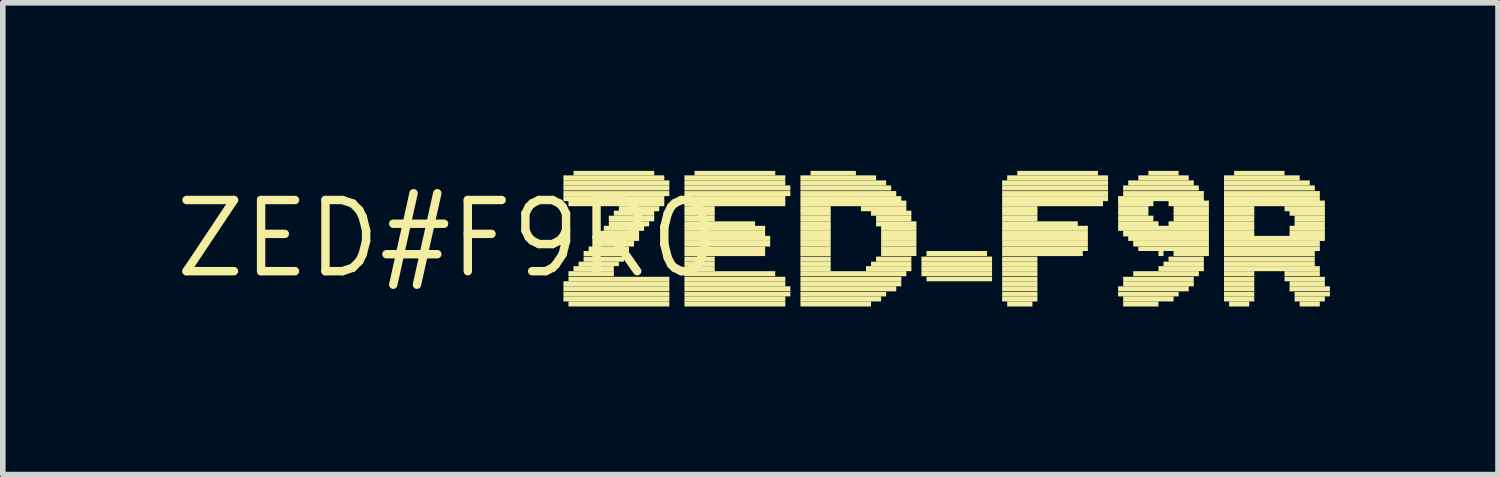
<source format=kicad_pcb>
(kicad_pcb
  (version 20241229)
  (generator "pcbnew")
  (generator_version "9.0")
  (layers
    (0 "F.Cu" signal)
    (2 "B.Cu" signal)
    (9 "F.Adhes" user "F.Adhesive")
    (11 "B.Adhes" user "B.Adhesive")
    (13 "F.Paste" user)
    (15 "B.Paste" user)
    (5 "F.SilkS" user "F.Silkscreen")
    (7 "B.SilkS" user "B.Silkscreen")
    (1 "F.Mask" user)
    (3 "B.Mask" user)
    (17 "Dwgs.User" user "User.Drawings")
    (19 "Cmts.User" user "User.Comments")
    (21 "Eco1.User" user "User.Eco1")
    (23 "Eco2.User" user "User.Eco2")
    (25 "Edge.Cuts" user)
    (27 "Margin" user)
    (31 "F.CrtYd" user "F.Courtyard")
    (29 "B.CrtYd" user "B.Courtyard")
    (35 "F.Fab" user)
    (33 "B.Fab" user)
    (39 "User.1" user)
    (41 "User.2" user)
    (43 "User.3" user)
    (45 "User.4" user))
  (footprint "ZED#F9R0"
    (layer "F.Cu")
    (at 4.936 1.21)
    (property "Reference" "ZED#F9R0" (at 0 0 0) (layer "F.SilkS") (effects (font (size 1.27 1.27) (thickness 0.15))))
    (attr through_hole)
    (fp_poly (pts (xy 2.07 -1.04) (xy 3.87 -1.04) (xy 3.87 -1.13) (xy 2.07 -1.13)) (stroke (width 0) (type solid)) (fill yes) (layer "F.SilkS"))
    (fp_poly (pts (xy 2.07 -0.95) (xy 3.96 -0.95) (xy 3.96 -1.04) (xy 2.07 -1.04)) (stroke (width 0) (type solid)) (fill yes) (layer "F.SilkS"))
    (fp_poly (pts (xy 2.07 -0.86) (xy 3.96 -0.86) (xy 3.96 -0.95) (xy 2.07 -0.95)) (stroke (width 0) (type solid)) (fill yes) (layer "F.SilkS"))
    (fp_poly (pts (xy 2.07 -0.76) (xy 3.96 -0.76) (xy 3.96 -0.85) (xy 2.07 -0.85)) (stroke (width 0) (type solid)) (fill yes) (layer "F.SilkS"))
    (fp_poly (pts (xy 2.07 -0.67) (xy 3.87 -0.67) (xy 3.87 -0.76) (xy 2.07 -0.76)) (stroke (width 0) (type solid)) (fill yes) (layer "F.SilkS"))
    (fp_poly (pts (xy 2.07 0.85) (xy 3.96 0.85) (xy 3.96 0.76) (xy 2.07 0.76)) (stroke (width 0) (type solid)) (fill yes) (layer "F.SilkS"))
    (fp_poly (pts (xy 2.07 0.94) (xy 3.96 0.94) (xy 3.96 0.85) (xy 2.07 0.85)) (stroke (width 0) (type solid)) (fill yes) (layer "F.SilkS"))
    (fp_poly (pts (xy 2.07 1.03) (xy 3.96 1.03) (xy 3.96 0.95) (xy 2.07 0.95)) (stroke (width 0) (type solid)) (fill yes) (layer "F.SilkS"))
    (fp_poly (pts (xy 2.07 1.12) (xy 3.96 1.12) (xy 3.96 1.03) (xy 2.07 1.03)) (stroke (width 0) (type solid)) (fill yes) (layer "F.SilkS"))
    (fp_poly (pts (xy 2.16 -0.58) (xy 3.87 -0.58) (xy 3.87 -0.68) (xy 2.16 -0.68)) (stroke (width 0) (type solid)) (fill yes) (layer "F.SilkS"))
    (fp_poly (pts (xy 2.16 0.67) (xy 2.97 0.67) (xy 2.97 0.58) (xy 2.16 0.58)) (stroke (width 0) (type solid)) (fill yes) (layer "F.SilkS"))
    (fp_poly (pts (xy 2.16 0.76) (xy 3.96 0.76) (xy 3.96 0.68) (xy 2.16 0.68)) (stroke (width 0) (type solid)) (fill yes) (layer "F.SilkS"))
    (fp_poly (pts (xy 2.16 1.21) (xy 3.96 1.21) (xy 3.96 1.12) (xy 2.16 1.12)) (stroke (width 0) (type solid)) (fill yes) (layer "F.SilkS"))
    (fp_poly (pts (xy 2.25 -1.13) (xy 3.69 -1.13) (xy 3.69 -1.21) (xy 2.25 -1.21)) (stroke (width 0) (type solid)) (fill yes) (layer "F.SilkS"))
    (fp_poly (pts (xy 2.25 0.58) (xy 2.97 0.58) (xy 2.97 0.49) (xy 2.25 0.49)) (stroke (width 0) (type solid)) (fill yes) (layer "F.SilkS"))
    (fp_poly (pts (xy 2.34 0.49) (xy 3.06 0.49) (xy 3.06 0.41) (xy 2.34 0.41)) (stroke (width 0) (type solid)) (fill yes) (layer "F.SilkS"))
    (fp_poly (pts (xy 2.43 0.31) (xy 3.24 0.31) (xy 3.24 0.22) (xy 2.43 0.22)) (stroke (width 0) (type solid)) (fill yes) (layer "F.SilkS"))
    (fp_poly (pts (xy 2.43 0.41) (xy 3.15 0.41) (xy 3.15 0.32) (xy 2.43 0.32)) (stroke (width 0) (type solid)) (fill yes) (layer "F.SilkS"))
    (fp_poly (pts (xy 2.52 0.22) (xy 3.24 0.22) (xy 3.24 0.14) (xy 2.52 0.14)) (stroke (width 0) (type solid)) (fill yes) (layer "F.SilkS"))
    (fp_poly (pts (xy 2.61 0.04) (xy 3.42 0.04) (xy 3.42 -0.05) (xy 2.61 -0.05)) (stroke (width 0) (type solid)) (fill yes) (layer "F.SilkS"))
    (fp_poly (pts (xy 2.61 0.14) (xy 3.33 0.14) (xy 3.33 0.04) (xy 2.61 0.04)) (stroke (width 0) (type solid)) (fill yes) (layer "F.SilkS"))
    (fp_poly (pts (xy 2.7 -0.04) (xy 3.42 -0.04) (xy 3.42 -0.14) (xy 2.7 -0.14)) (stroke (width 0) (type solid)) (fill yes) (layer "F.SilkS"))
    (fp_poly (pts (xy 2.79 -0.14) (xy 3.51 -0.14) (xy 3.51 -0.23) (xy 2.79 -0.23)) (stroke (width 0) (type solid)) (fill yes) (layer "F.SilkS"))
    (fp_poly (pts (xy 2.88 -0.31) (xy 3.69 -0.31) (xy 3.69 -0.41) (xy 2.88 -0.41)) (stroke (width 0) (type solid)) (fill yes) (layer "F.SilkS"))
    (fp_poly (pts (xy 2.88 -0.22) (xy 3.6 -0.22) (xy 3.6 -0.31) (xy 2.88 -0.31)) (stroke (width 0) (type solid)) (fill yes) (layer "F.SilkS"))
    (fp_poly (pts (xy 2.97 -0.41) (xy 3.69 -0.41) (xy 3.69 -0.5) (xy 2.97 -0.5)) (stroke (width 0) (type solid)) (fill yes) (layer "F.SilkS"))
    (fp_poly (pts (xy 3.06 -0.49) (xy 3.78 -0.49) (xy 3.78 -0.58) (xy 3.06 -0.58)) (stroke (width 0) (type solid)) (fill yes) (layer "F.SilkS"))
    (fp_poly (pts (xy 4.23 -1.04) (xy 6.03 -1.04) (xy 6.03 -1.13) (xy 4.23 -1.13)) (stroke (width 0) (type solid)) (fill yes) (layer "F.SilkS"))
    (fp_poly (pts (xy 4.23 -0.95) (xy 6.03 -0.95) (xy 6.03 -1.04) (xy 4.23 -1.04)) (stroke (width 0) (type solid)) (fill yes) (layer "F.SilkS"))
    (fp_poly (pts (xy 4.23 -0.86) (xy 6.12 -0.86) (xy 6.12 -0.95) (xy 4.23 -0.95)) (stroke (width 0) (type solid)) (fill yes) (layer "F.SilkS"))
    (fp_poly (pts (xy 4.23 -0.76) (xy 6.12 -0.76) (xy 6.12 -0.85) (xy 4.23 -0.85)) (stroke (width 0) (type solid)) (fill yes) (layer "F.SilkS"))
    (fp_poly (pts (xy 4.23 -0.67) (xy 6.03 -0.67) (xy 6.03 -0.76) (xy 4.23 -0.76)) (stroke (width 0) (type solid)) (fill yes) (layer "F.SilkS"))
    (fp_poly (pts (xy 4.23 -0.58) (xy 6.03 -0.58) (xy 6.03 -0.68) (xy 4.23 -0.68)) (stroke (width 0) (type solid)) (fill yes) (layer "F.SilkS"))
    (fp_poly (pts (xy 4.23 -0.49) (xy 4.77 -0.49) (xy 4.77 -0.58) (xy 4.23 -0.58)) (stroke (width 0) (type solid)) (fill yes) (layer "F.SilkS"))
    (fp_poly (pts (xy 4.23 -0.41) (xy 4.77 -0.41) (xy 4.77 -0.5) (xy 4.23 -0.5)) (stroke (width 0) (type solid)) (fill yes) (layer "F.SilkS"))
    (fp_poly (pts (xy 4.23 -0.31) (xy 4.77 -0.31) (xy 4.77 -0.41) (xy 4.23 -0.41)) (stroke (width 0) (type solid)) (fill yes) (layer "F.SilkS"))
    (fp_poly (pts (xy 4.23 -0.22) (xy 5.49 -0.22) (xy 5.49 -0.31) (xy 4.23 -0.31)) (stroke (width 0) (type solid)) (fill yes) (layer "F.SilkS"))
    (fp_poly (pts (xy 4.23 -0.14) (xy 5.67 -0.14) (xy 5.67 -0.23) (xy 4.23 -0.23)) (stroke (width 0) (type solid)) (fill yes) (layer "F.SilkS"))
    (fp_poly (pts (xy 4.23 -0.04) (xy 5.67 -0.04) (xy 5.67 -0.14) (xy 4.23 -0.14)) (stroke (width 0) (type solid)) (fill yes) (layer "F.SilkS"))
    (fp_poly (pts (xy 4.23 0.04) (xy 5.76 0.04) (xy 5.76 -0.05) (xy 4.23 -0.05)) (stroke (width 0) (type solid)) (fill yes) (layer "F.SilkS"))
    (fp_poly (pts (xy 4.23 0.14) (xy 5.76 0.14) (xy 5.76 0.04) (xy 4.23 0.04)) (stroke (width 0) (type solid)) (fill yes) (layer "F.SilkS"))
    (fp_poly (pts (xy 4.23 0.22) (xy 5.67 0.22) (xy 5.67 0.14) (xy 4.23 0.14)) (stroke (width 0) (type solid)) (fill yes) (layer "F.SilkS"))
    (fp_poly (pts (xy 4.23 0.31) (xy 5.67 0.31) (xy 5.67 0.22) (xy 4.23 0.22)) (stroke (width 0) (type solid)) (fill yes) (layer "F.SilkS"))
    (fp_poly (pts (xy 4.23 0.41) (xy 4.77 0.41) (xy 4.77 0.32) (xy 4.23 0.32)) (stroke (width 0) (type solid)) (fill yes) (layer "F.SilkS"))
    (fp_poly (pts (xy 4.23 0.49) (xy 4.77 0.49) (xy 4.77 0.41) (xy 4.23 0.41)) (stroke (width 0) (type solid)) (fill yes) (layer "F.SilkS"))
    (fp_poly (pts (xy 4.23 0.58) (xy 4.77 0.58) (xy 4.77 0.49) (xy 4.23 0.49)) (stroke (width 0) (type solid)) (fill yes) (layer "F.SilkS"))
    (fp_poly (pts (xy 4.23 0.67) (xy 5.85 0.67) (xy 5.85 0.58) (xy 4.23 0.58)) (stroke (width 0) (type solid)) (fill yes) (layer "F.SilkS"))
    (fp_poly (pts (xy 4.23 0.76) (xy 6.03 0.76) (xy 6.03 0.68) (xy 4.23 0.68)) (stroke (width 0) (type solid)) (fill yes) (layer "F.SilkS"))
    (fp_poly (pts (xy 4.23 0.85) (xy 6.03 0.85) (xy 6.03 0.76) (xy 4.23 0.76)) (stroke (width 0) (type solid)) (fill yes) (layer "F.SilkS"))
    (fp_poly (pts (xy 4.23 0.94) (xy 6.12 0.94) (xy 6.12 0.85) (xy 4.23 0.85)) (stroke (width 0) (type solid)) (fill yes) (layer "F.SilkS"))
    (fp_poly (pts (xy 4.23 1.03) (xy 6.12 1.03) (xy 6.12 0.95) (xy 4.23 0.95)) (stroke (width 0) (type solid)) (fill yes) (layer "F.SilkS"))
    (fp_poly (pts (xy 4.23 1.12) (xy 6.03 1.12) (xy 6.03 1.03) (xy 4.23 1.03)) (stroke (width 0) (type solid)) (fill yes) (layer "F.SilkS"))
    (fp_poly (pts (xy 4.23 1.21) (xy 6.03 1.21) (xy 6.03 1.12) (xy 4.23 1.12)) (stroke (width 0) (type solid)) (fill yes) (layer "F.SilkS"))
    (fp_poly (pts (xy 4.41 -1.13) (xy 5.85 -1.13) (xy 5.85 -1.21) (xy 4.41 -1.21)) (stroke (width 0) (type solid)) (fill yes) (layer "F.SilkS"))
    (fp_poly (pts (xy 6.3 -1.04) (xy 7.65 -1.04) (xy 7.65 -1.13) (xy 6.3 -1.13)) (stroke (width 0) (type solid)) (fill yes) (layer "F.SilkS"))
    (fp_poly (pts (xy 6.3 -0.95) (xy 7.83 -0.95) (xy 7.83 -1.04) (xy 6.3 -1.04)) (stroke (width 0) (type solid)) (fill yes) (layer "F.SilkS"))
    (fp_poly (pts (xy 6.3 -0.86) (xy 7.92 -0.86) (xy 7.92 -0.95) (xy 6.3 -0.95)) (stroke (width 0) (type solid)) (fill yes) (layer "F.SilkS"))
    (fp_poly (pts (xy 6.3 -0.76) (xy 8.01 -0.76) (xy 8.01 -0.85) (xy 6.3 -0.85)) (stroke (width 0) (type solid)) (fill yes) (layer "F.SilkS"))
    (fp_poly (pts (xy 6.3 -0.67) (xy 8.1 -0.67) (xy 8.1 -0.76) (xy 6.3 -0.76)) (stroke (width 0) (type solid)) (fill yes) (layer "F.SilkS"))
    (fp_poly (pts (xy 6.3 -0.58) (xy 8.19 -0.58) (xy 8.19 -0.68) (xy 6.3 -0.68)) (stroke (width 0) (type solid)) (fill yes) (layer "F.SilkS"))
    (fp_poly (pts (xy 6.3 -0.49) (xy 6.84 -0.49) (xy 6.84 -0.58) (xy 6.3 -0.58)) (stroke (width 0) (type solid)) (fill yes) (layer "F.SilkS"))
    (fp_poly (pts (xy 6.3 -0.41) (xy 6.84 -0.41) (xy 6.84 -0.5) (xy 6.3 -0.5)) (stroke (width 0) (type solid)) (fill yes) (layer "F.SilkS"))
    (fp_poly (pts (xy 6.3 -0.31) (xy 6.84 -0.31) (xy 6.84 -0.41) (xy 6.3 -0.41)) (stroke (width 0) (type solid)) (fill yes) (layer "F.SilkS"))
    (fp_poly (pts (xy 6.3 -0.22) (xy 6.84 -0.22) (xy 6.84 -0.31) (xy 6.3 -0.31)) (stroke (width 0) (type solid)) (fill yes) (layer "F.SilkS"))
    (fp_poly (pts (xy 6.3 -0.14) (xy 6.84 -0.14) (xy 6.84 -0.23) (xy 6.3 -0.23)) (stroke (width 0) (type solid)) (fill yes) (layer "F.SilkS"))
    (fp_poly (pts (xy 6.3 -0.04) (xy 6.84 -0.04) (xy 6.84 -0.14) (xy 6.3 -0.14)) (stroke (width 0) (type solid)) (fill yes) (layer "F.SilkS"))
    (fp_poly (pts (xy 6.3 0.04) (xy 6.84 0.04) (xy 6.84 -0.05) (xy 6.3 -0.05)) (stroke (width 0) (type solid)) (fill yes) (layer "F.SilkS"))
    (fp_poly (pts (xy 6.3 0.14) (xy 6.84 0.14) (xy 6.84 0.04) (xy 6.3 0.04)) (stroke (width 0) (type solid)) (fill yes) (layer "F.SilkS"))
    (fp_poly (pts (xy 6.3 0.22) (xy 6.84 0.22) (xy 6.84 0.14) (xy 6.3 0.14)) (stroke (width 0) (type solid)) (fill yes) (layer "F.SilkS"))
    (fp_poly (pts (xy 6.3 0.31) (xy 6.84 0.31) (xy 6.84 0.22) (xy 6.3 0.22)) (stroke (width 0) (type solid)) (fill yes) (layer "F.SilkS"))
    (fp_poly (pts (xy 6.3 0.41) (xy 6.84 0.41) (xy 6.84 0.32) (xy 6.3 0.32)) (stroke (width 0) (type solid)) (fill yes) (layer "F.SilkS"))
    (fp_poly (pts (xy 6.3 0.49) (xy 6.84 0.49) (xy 6.84 0.41) (xy 6.3 0.41)) (stroke (width 0) (type solid)) (fill yes) (layer "F.SilkS"))
    (fp_poly (pts (xy 6.3 0.58) (xy 6.84 0.58) (xy 6.84 0.49) (xy 6.3 0.49)) (stroke (width 0) (type solid)) (fill yes) (layer "F.SilkS"))
    (fp_poly (pts (xy 6.3 0.67) (xy 8.19 0.67) (xy 8.19 0.58) (xy 6.3 0.58)) (stroke (width 0) (type solid)) (fill yes) (layer "F.SilkS"))
    (fp_poly (pts (xy 6.3 0.76) (xy 8.1 0.76) (xy 8.1 0.68) (xy 6.3 0.68)) (stroke (width 0) (type solid)) (fill yes) (layer "F.SilkS"))
    (fp_poly (pts (xy 6.3 0.85) (xy 8.1 0.85) (xy 8.1 0.76) (xy 6.3 0.76)) (stroke (width 0) (type solid)) (fill yes) (layer "F.SilkS"))
    (fp_poly (pts (xy 6.3 0.94) (xy 8.01 0.94) (xy 8.01 0.85) (xy 6.3 0.85)) (stroke (width 0) (type solid)) (fill yes) (layer "F.SilkS"))
    (fp_poly (pts (xy 6.3 1.03) (xy 7.83 1.03) (xy 7.83 0.95) (xy 6.3 0.95)) (stroke (width 0) (type solid)) (fill yes) (layer "F.SilkS"))
    (fp_poly (pts (xy 6.3 1.12) (xy 7.74 1.12) (xy 7.74 1.03) (xy 6.3 1.03)) (stroke (width 0) (type solid)) (fill yes) (layer "F.SilkS"))
    (fp_poly (pts (xy 6.3 1.21) (xy 7.56 1.21) (xy 7.56 1.12) (xy 6.3 1.12)) (stroke (width 0) (type solid)) (fill yes) (layer "F.SilkS"))
    (fp_poly (pts (xy 6.48 -1.13) (xy 7.29 -1.13) (xy 7.29 -1.21) (xy 6.48 -1.21)) (stroke (width 0) (type solid)) (fill yes) (layer "F.SilkS"))
    (fp_poly (pts (xy 7.38 -0.49) (xy 8.19 -0.49) (xy 8.19 -0.58) (xy 7.38 -0.58)) (stroke (width 0) (type solid)) (fill yes) (layer "F.SilkS"))
    (fp_poly (pts (xy 7.47 0.58) (xy 8.28 0.58) (xy 8.28 0.49) (xy 7.47 0.49)) (stroke (width 0) (type solid)) (fill yes) (layer "F.SilkS"))
    (fp_poly (pts (xy 7.56 -0.41) (xy 8.28 -0.41) (xy 8.28 -0.5) (xy 7.56 -0.5)) (stroke (width 0) (type solid)) (fill yes) (layer "F.SilkS"))
    (fp_poly (pts (xy 7.56 0.49) (xy 8.28 0.49) (xy 8.28 0.41) (xy 7.56 0.41)) (stroke (width 0) (type solid)) (fill yes) (layer "F.SilkS"))
    (fp_poly (pts (xy 7.65 -0.31) (xy 8.28 -0.31) (xy 8.28 -0.41) (xy 7.65 -0.41)) (stroke (width 0) (type solid)) (fill yes) (layer "F.SilkS"))
    (fp_poly (pts (xy 7.65 -0.22) (xy 8.37 -0.22) (xy 8.37 -0.31) (xy 7.65 -0.31)) (stroke (width 0) (type solid)) (fill yes) (layer "F.SilkS"))
    (fp_poly (pts (xy 7.65 0.41) (xy 8.28 0.41) (xy 8.28 0.32) (xy 7.65 0.32)) (stroke (width 0) (type solid)) (fill yes) (layer "F.SilkS"))
    (fp_poly (pts (xy 7.74 -0.14) (xy 8.37 -0.14) (xy 8.37 -0.23) (xy 7.74 -0.23)) (stroke (width 0) (type solid)) (fill yes) (layer "F.SilkS"))
    (fp_poly (pts (xy 7.74 -0.04) (xy 8.37 -0.04) (xy 8.37 -0.14) (xy 7.74 -0.14)) (stroke (width 0) (type solid)) (fill yes) (layer "F.SilkS"))
    (fp_poly (pts (xy 7.74 0.04) (xy 8.37 0.04) (xy 8.37 -0.05) (xy 7.74 -0.05)) (stroke (width 0) (type solid)) (fill yes) (layer "F.SilkS"))
    (fp_poly (pts (xy 7.74 0.14) (xy 8.37 0.14) (xy 8.37 0.04) (xy 7.74 0.04)) (stroke (width 0) (type solid)) (fill yes) (layer "F.SilkS"))
    (fp_poly (pts (xy 7.74 0.22) (xy 8.37 0.22) (xy 8.37 0.14) (xy 7.74 0.14)) (stroke (width 0) (type solid)) (fill yes) (layer "F.SilkS"))
    (fp_poly (pts (xy 7.74 0.31) (xy 8.37 0.31) (xy 8.37 0.22) (xy 7.74 0.22)) (stroke (width 0) (type solid)) (fill yes) (layer "F.SilkS"))
    (fp_poly (pts (xy 8.46 0.41) (xy 9.72 0.41) (xy 9.72 0.32) (xy 8.46 0.32)) (stroke (width 0) (type solid)) (fill yes) (layer "F.SilkS"))
    (fp_poly (pts (xy 8.46 0.49) (xy 9.72 0.49) (xy 9.72 0.41) (xy 8.46 0.41)) (stroke (width 0) (type solid)) (fill yes) (layer "F.SilkS"))
    (fp_poly (pts (xy 8.46 0.58) (xy 9.72 0.58) (xy 9.72 0.49) (xy 8.46 0.49)) (stroke (width 0) (type solid)) (fill yes) (layer "F.SilkS"))
    (fp_poly (pts (xy 8.46 0.67) (xy 9.72 0.67) (xy 9.72 0.58) (xy 8.46 0.58)) (stroke (width 0) (type solid)) (fill yes) (layer "F.SilkS"))
    (fp_poly (pts (xy 8.55 0.31) (xy 9.63 0.31) (xy 9.63 0.22) (xy 8.55 0.22)) (stroke (width 0) (type solid)) (fill yes) (layer "F.SilkS"))
    (fp_poly (pts (xy 8.55 0.76) (xy 9.72 0.76) (xy 9.72 0.68) (xy 8.55 0.68)) (stroke (width 0) (type solid)) (fill yes) (layer "F.SilkS"))
    (fp_poly (pts (xy 9.9 -0.95) (xy 11.79 -0.95) (xy 11.79 -1.04) (xy 9.9 -1.04)) (stroke (width 0) (type solid)) (fill yes) (layer "F.SilkS"))
    (fp_poly (pts (xy 9.9 -0.86) (xy 11.79 -0.86) (xy 11.79 -0.95) (xy 9.9 -0.95)) (stroke (width 0) (type solid)) (fill yes) (layer "F.SilkS"))
    (fp_poly (pts (xy 9.9 -0.76) (xy 11.79 -0.76) (xy 11.79 -0.85) (xy 9.9 -0.85)) (stroke (width 0) (type solid)) (fill yes) (layer "F.SilkS"))
    (fp_poly (pts (xy 9.9 -0.67) (xy 11.79 -0.67) (xy 11.79 -0.76) (xy 9.9 -0.76)) (stroke (width 0) (type solid)) (fill yes) (layer "F.SilkS"))
    (fp_poly (pts (xy 9.9 -0.58) (xy 11.7 -0.58) (xy 11.7 -0.68) (xy 9.9 -0.68)) (stroke (width 0) (type solid)) (fill yes) (layer "F.SilkS"))
    (fp_poly (pts (xy 9.9 -0.49) (xy 10.53 -0.49) (xy 10.53 -0.58) (xy 9.9 -0.58)) (stroke (width 0) (type solid)) (fill yes) (layer "F.SilkS"))
    (fp_poly (pts (xy 9.9 -0.41) (xy 10.53 -0.41) (xy 10.53 -0.5) (xy 9.9 -0.5)) (stroke (width 0) (type solid)) (fill yes) (layer "F.SilkS"))
    (fp_poly (pts (xy 9.9 -0.31) (xy 10.53 -0.31) (xy 10.53 -0.41) (xy 9.9 -0.41)) (stroke (width 0) (type solid)) (fill yes) (layer "F.SilkS"))
    (fp_poly (pts (xy 9.9 -0.22) (xy 11.25 -0.22) (xy 11.25 -0.31) (xy 9.9 -0.31)) (stroke (width 0) (type solid)) (fill yes) (layer "F.SilkS"))
    (fp_poly (pts (xy 9.9 -0.14) (xy 11.43 -0.14) (xy 11.43 -0.23) (xy 9.9 -0.23)) (stroke (width 0) (type solid)) (fill yes) (layer "F.SilkS"))
    (fp_poly (pts (xy 9.9 -0.04) (xy 11.43 -0.04) (xy 11.43 -0.14) (xy 9.9 -0.14)) (stroke (width 0) (type solid)) (fill yes) (layer "F.SilkS"))
    (fp_poly (pts (xy 9.9 0.04) (xy 11.43 0.04) (xy 11.43 -0.05) (xy 9.9 -0.05)) (stroke (width 0) (type solid)) (fill yes) (layer "F.SilkS"))
    (fp_poly (pts (xy 9.9 0.14) (xy 11.43 0.14) (xy 11.43 0.04) (xy 9.9 0.04)) (stroke (width 0) (type solid)) (fill yes) (layer "F.SilkS"))
    (fp_poly (pts (xy 9.9 0.22) (xy 11.43 0.22) (xy 11.43 0.14) (xy 9.9 0.14)) (stroke (width 0) (type solid)) (fill yes) (layer "F.SilkS"))
    (fp_poly (pts (xy 9.9 0.31) (xy 11.34 0.31) (xy 11.34 0.22) (xy 9.9 0.22)) (stroke (width 0) (type solid)) (fill yes) (layer "F.SilkS"))
    (fp_poly (pts (xy 9.9 0.41) (xy 10.53 0.41) (xy 10.53 0.32) (xy 9.9 0.32)) (stroke (width 0) (type solid)) (fill yes) (layer "F.SilkS"))
    (fp_poly (pts (xy 9.9 0.49) (xy 10.53 0.49) (xy 10.53 0.41) (xy 9.9 0.41)) (stroke (width 0) (type solid)) (fill yes) (layer "F.SilkS"))
    (fp_poly (pts (xy 9.9 0.58) (xy 10.53 0.58) (xy 10.53 0.49) (xy 9.9 0.49)) (stroke (width 0) (type solid)) (fill yes) (layer "F.SilkS"))
    (fp_poly (pts (xy 9.9 0.67) (xy 10.53 0.67) (xy 10.53 0.58) (xy 9.9 0.58)) (stroke (width 0) (type solid)) (fill yes) (layer "F.SilkS"))
    (fp_poly (pts (xy 9.9 0.76) (xy 10.53 0.76) (xy 10.53 0.68) (xy 9.9 0.68)) (stroke (width 0) (type solid)) (fill yes) (layer "F.SilkS"))
    (fp_poly (pts (xy 9.9 0.85) (xy 10.53 0.85) (xy 10.53 0.76) (xy 9.9 0.76)) (stroke (width 0) (type solid)) (fill yes) (layer "F.SilkS"))
    (fp_poly (pts (xy 9.9 0.94) (xy 10.53 0.94) (xy 10.53 0.85) (xy 9.9 0.85)) (stroke (width 0) (type solid)) (fill yes) (layer "F.SilkS"))
    (fp_poly (pts (xy 9.9 1.03) (xy 10.53 1.03) (xy 10.53 0.95) (xy 9.9 0.95)) (stroke (width 0) (type solid)) (fill yes) (layer "F.SilkS"))
    (fp_poly (pts (xy 9.9 1.12) (xy 10.53 1.12) (xy 10.53 1.03) (xy 9.9 1.03)) (stroke (width 0) (type solid)) (fill yes) (layer "F.SilkS"))
    (fp_poly (pts (xy 9.99 -1.04) (xy 11.79 -1.04) (xy 11.79 -1.13) (xy 9.99 -1.13)) (stroke (width 0) (type solid)) (fill yes) (layer "F.SilkS"))
    (fp_poly (pts (xy 9.99 1.21) (xy 10.44 1.21) (xy 10.44 1.12) (xy 9.99 1.12)) (stroke (width 0) (type solid)) (fill yes) (layer "F.SilkS"))
    (fp_poly (pts (xy 10.17 -1.13) (xy 11.61 -1.13) (xy 11.61 -1.21) (xy 10.17 -1.21)) (stroke (width 0) (type solid)) (fill yes) (layer "F.SilkS"))
    (fp_poly (pts (xy 11.97 -0.67) (xy 13.5 -0.67) (xy 13.5 -0.76) (xy 11.97 -0.76)) (stroke (width 0) (type solid)) (fill yes) (layer "F.SilkS"))
    (fp_poly (pts (xy 11.97 -0.58) (xy 12.6 -0.58) (xy 12.6 -0.68) (xy 11.97 -0.68)) (stroke (width 0) (type solid)) (fill yes) (layer "F.SilkS"))
    (fp_poly (pts (xy 11.97 -0.49) (xy 12.51 -0.49) (xy 12.51 -0.58) (xy 11.97 -0.58)) (stroke (width 0) (type solid)) (fill yes) (layer "F.SilkS"))
    (fp_poly (pts (xy 11.97 -0.41) (xy 12.51 -0.41) (xy 12.51 -0.5) (xy 11.97 -0.5)) (stroke (width 0) (type solid)) (fill yes) (layer "F.SilkS"))
    (fp_poly (pts (xy 11.97 -0.31) (xy 12.6 -0.31) (xy 12.6 -0.41) (xy 11.97 -0.41)) (stroke (width 0) (type solid)) (fill yes) (layer "F.SilkS"))
    (fp_poly (pts (xy 11.97 -0.22) (xy 12.69 -0.22) (xy 12.69 -0.31) (xy 11.97 -0.31)) (stroke (width 0) (type solid)) (fill yes) (layer "F.SilkS"))
    (fp_poly (pts (xy 11.97 -0.14) (xy 13.59 -0.14) (xy 13.59 -0.23) (xy 11.97 -0.23)) (stroke (width 0) (type solid)) (fill yes) (layer "F.SilkS"))
    (fp_poly (pts (xy 11.97 0.94) (xy 13.23 0.94) (xy 13.23 0.85) (xy 11.97 0.85)) (stroke (width 0) (type solid)) (fill yes) (layer "F.SilkS"))
    (fp_poly (pts (xy 11.97 1.03) (xy 13.05 1.03) (xy 13.05 0.95) (xy 11.97 0.95)) (stroke (width 0) (type solid)) (fill yes) (layer "F.SilkS"))
    (fp_poly (pts (xy 12.06 -0.86) (xy 13.41 -0.86) (xy 13.41 -0.95) (xy 12.06 -0.95)) (stroke (width 0) (type solid)) (fill yes) (layer "F.SilkS"))
    (fp_poly (pts (xy 12.06 -0.76) (xy 13.5 -0.76) (xy 13.5 -0.85) (xy 12.06 -0.85)) (stroke (width 0) (type solid)) (fill yes) (layer "F.SilkS"))
    (fp_poly (pts (xy 12.06 -0.04) (xy 13.59 -0.04) (xy 13.59 -0.14) (xy 12.06 -0.14)) (stroke (width 0) (type solid)) (fill yes) (layer "F.SilkS"))
    (fp_poly (pts (xy 12.06 0.76) (xy 13.32 0.76) (xy 13.32 0.68) (xy 12.06 0.68)) (stroke (width 0) (type solid)) (fill yes) (layer "F.SilkS"))
    (fp_poly (pts (xy 12.06 0.85) (xy 13.32 0.85) (xy 13.32 0.76) (xy 12.06 0.76)) (stroke (width 0) (type solid)) (fill yes) (layer "F.SilkS"))
    (fp_poly (pts (xy 12.06 1.12) (xy 12.96 1.12) (xy 12.96 1.03) (xy 12.06 1.03)) (stroke (width 0) (type solid)) (fill yes) (layer "F.SilkS"))
    (fp_poly (pts (xy 12.06 1.21) (xy 12.69 1.21) (xy 12.69 1.12) (xy 12.06 1.12)) (stroke (width 0) (type solid)) (fill yes) (layer "F.SilkS"))
    (fp_poly (pts (xy 12.15 -0.95) (xy 13.32 -0.95) (xy 13.32 -1.04) (xy 12.15 -1.04)) (stroke (width 0) (type solid)) (fill yes) (layer "F.SilkS"))
    (fp_poly (pts (xy 12.15 0.04) (xy 13.59 0.04) (xy 13.59 -0.05) (xy 12.15 -0.05)) (stroke (width 0) (type solid)) (fill yes) (layer "F.SilkS"))
    (fp_poly (pts (xy 12.24 0.14) (xy 13.59 0.14) (xy 13.59 0.04) (xy 12.24 0.04)) (stroke (width 0) (type solid)) (fill yes) (layer "F.SilkS"))
    (fp_poly (pts (xy 12.24 0.67) (xy 13.41 0.67) (xy 13.41 0.58) (xy 12.24 0.58)) (stroke (width 0) (type solid)) (fill yes) (layer "F.SilkS"))
    (fp_poly (pts (xy 12.33 -1.04) (xy 13.23 -1.04) (xy 13.23 -1.13) (xy 12.33 -1.13)) (stroke (width 0) (type solid)) (fill yes) (layer "F.SilkS"))
    (fp_poly (pts (xy 12.33 0.22) (xy 13.59 0.22) (xy 13.59 0.14) (xy 12.33 0.14)) (stroke (width 0) (type solid)) (fill yes) (layer "F.SilkS"))
    (fp_poly (pts (xy 12.51 -1.13) (xy 13.05 -1.13) (xy 13.05 -1.21) (xy 12.51 -1.21)) (stroke (width 0) (type solid)) (fill yes) (layer "F.SilkS"))
    (fp_poly (pts (xy 12.69 0.31) (xy 12.78 0.31) (xy 12.78 0.22) (xy 12.69 0.22)) (stroke (width 0) (type solid)) (fill yes) (layer "F.SilkS"))
    (fp_poly (pts (xy 12.69 0.58) (xy 13.5 0.58) (xy 13.5 0.49) (xy 12.69 0.49)) (stroke (width 0) (type solid)) (fill yes) (layer "F.SilkS"))
    (fp_poly (pts (xy 12.78 0.49) (xy 13.5 0.49) (xy 13.5 0.41) (xy 12.78 0.41)) (stroke (width 0) (type solid)) (fill yes) (layer "F.SilkS"))
    (fp_poly (pts (xy 12.87 -0.58) (xy 13.59 -0.58) (xy 13.59 -0.68) (xy 12.87 -0.68)) (stroke (width 0) (type solid)) (fill yes) (layer "F.SilkS"))
    (fp_poly (pts (xy 12.87 -0.22) (xy 13.59 -0.22) (xy 13.59 -0.31) (xy 12.87 -0.31)) (stroke (width 0) (type solid)) (fill yes) (layer "F.SilkS"))
    (fp_poly (pts (xy 12.87 0.41) (xy 13.5 0.41) (xy 13.5 0.32) (xy 12.87 0.32)) (stroke (width 0) (type solid)) (fill yes) (layer "F.SilkS"))
    (fp_poly (pts (xy 12.96 -0.49) (xy 13.59 -0.49) (xy 13.59 -0.58) (xy 12.96 -0.58)) (stroke (width 0) (type solid)) (fill yes) (layer "F.SilkS"))
    (fp_poly (pts (xy 12.96 -0.41) (xy 13.59 -0.41) (xy 13.59 -0.5) (xy 12.96 -0.5)) (stroke (width 0) (type solid)) (fill yes) (layer "F.SilkS"))
    (fp_poly (pts (xy 12.96 -0.31) (xy 13.59 -0.31) (xy 13.59 -0.41) (xy 12.96 -0.41)) (stroke (width 0) (type solid)) (fill yes) (layer "F.SilkS"))
    (fp_poly (pts (xy 12.96 0.31) (xy 13.59 0.31) (xy 13.59 0.22) (xy 12.96 0.22)) (stroke (width 0) (type solid)) (fill yes) (layer "F.SilkS"))
    (fp_poly (pts (xy 13.86 -1.04) (xy 15.21 -1.04) (xy 15.21 -1.13) (xy 13.86 -1.13)) (stroke (width 0) (type solid)) (fill yes) (layer "F.SilkS"))
    (fp_poly (pts (xy 13.86 -0.95) (xy 15.39 -0.95) (xy 15.39 -1.04) (xy 13.86 -1.04)) (stroke (width 0) (type solid)) (fill yes) (layer "F.SilkS"))
    (fp_poly (pts (xy 13.86 -0.86) (xy 15.48 -0.86) (xy 15.48 -0.95) (xy 13.86 -0.95)) (stroke (width 0) (type solid)) (fill yes) (layer "F.SilkS"))
    (fp_poly (pts (xy 13.86 -0.76) (xy 15.57 -0.76) (xy 15.57 -0.85) (xy 13.86 -0.85)) (stroke (width 0) (type solid)) (fill yes) (layer "F.SilkS"))
    (fp_poly (pts (xy 13.86 -0.67) (xy 15.57 -0.67) (xy 15.57 -0.76) (xy 13.86 -0.76)) (stroke (width 0) (type solid)) (fill yes) (layer "F.SilkS"))
    (fp_poly (pts (xy 13.86 -0.58) (xy 15.66 -0.58) (xy 15.66 -0.68) (xy 13.86 -0.68)) (stroke (width 0) (type solid)) (fill yes) (layer "F.SilkS"))
    (fp_poly (pts (xy 13.86 -0.49) (xy 14.4 -0.49) (xy 14.4 -0.58) (xy 13.86 -0.58)) (stroke (width 0) (type solid)) (fill yes) (layer "F.SilkS"))
    (fp_poly (pts (xy 13.86 -0.41) (xy 14.4 -0.41) (xy 14.4 -0.5) (xy 13.86 -0.5)) (stroke (width 0) (type solid)) (fill yes) (layer "F.SilkS"))
    (fp_poly (pts (xy 13.86 -0.31) (xy 14.4 -0.31) (xy 14.4 -0.41) (xy 13.86 -0.41)) (stroke (width 0) (type solid)) (fill yes) (layer "F.SilkS"))
    (fp_poly (pts (xy 13.86 -0.22) (xy 14.4 -0.22) (xy 14.4 -0.31) (xy 13.86 -0.31)) (stroke (width 0) (type solid)) (fill yes) (layer "F.SilkS"))
    (fp_poly (pts (xy 13.86 -0.14) (xy 14.4 -0.14) (xy 14.4 -0.23) (xy 13.86 -0.23)) (stroke (width 0) (type solid)) (fill yes) (layer "F.SilkS"))
    (fp_poly (pts (xy 13.86 -0.04) (xy 14.4 -0.04) (xy 14.4 -0.14) (xy 13.86 -0.14)) (stroke (width 0) (type solid)) (fill yes) (layer "F.SilkS"))
    (fp_poly (pts (xy 13.86 0.04) (xy 15.66 0.04) (xy 15.66 -0.05) (xy 13.86 -0.05)) (stroke (width 0) (type solid)) (fill yes) (layer "F.SilkS"))
    (fp_poly (pts (xy 13.86 0.14) (xy 15.57 0.14) (xy 15.57 0.04) (xy 13.86 0.04)) (stroke (width 0) (type solid)) (fill yes) (layer "F.SilkS"))
    (fp_poly (pts (xy 13.86 0.22) (xy 15.57 0.22) (xy 15.57 0.14) (xy 13.86 0.14)) (stroke (width 0) (type solid)) (fill yes) (layer "F.SilkS"))
    (fp_poly (pts (xy 13.86 0.31) (xy 15.48 0.31) (xy 15.48 0.22) (xy 13.86 0.22)) (stroke (width 0) (type solid)) (fill yes) (layer "F.SilkS"))
    (fp_poly (pts (xy 13.86 0.41) (xy 15.48 0.41) (xy 15.48 0.32) (xy 13.86 0.32)) (stroke (width 0) (type solid)) (fill yes) (layer "F.SilkS"))
    (fp_poly (pts (xy 13.86 0.49) (xy 15.48 0.49) (xy 15.48 0.41) (xy 13.86 0.41)) (stroke (width 0) (type solid)) (fill yes) (layer "F.SilkS"))
    (fp_poly (pts (xy 13.86 0.58) (xy 15.57 0.58) (xy 15.57 0.49) (xy 13.86 0.49)) (stroke (width 0) (type solid)) (fill yes) (layer "F.SilkS"))
    (fp_poly (pts (xy 13.86 0.67) (xy 14.4 0.67) (xy 14.4 0.58) (xy 13.86 0.58)) (stroke (width 0) (type solid)) (fill yes) (layer "F.SilkS"))
    (fp_poly (pts (xy 13.86 0.76) (xy 14.4 0.76) (xy 14.4 0.68) (xy 13.86 0.68)) (stroke (width 0) (type solid)) (fill yes) (layer "F.SilkS"))
    (fp_poly (pts (xy 13.86 0.85) (xy 14.4 0.85) (xy 14.4 0.76) (xy 13.86 0.76)) (stroke (width 0) (type solid)) (fill yes) (layer "F.SilkS"))
    (fp_poly (pts (xy 13.86 0.94) (xy 14.4 0.94) (xy 14.4 0.85) (xy 13.86 0.85)) (stroke (width 0) (type solid)) (fill yes) (layer "F.SilkS"))
    (fp_poly (pts (xy 13.86 1.03) (xy 14.4 1.03) (xy 14.4 0.95) (xy 13.86 0.95)) (stroke (width 0) (type solid)) (fill yes) (layer "F.SilkS"))
    (fp_poly (pts (xy 13.86 1.12) (xy 14.4 1.12) (xy 14.4 1.03) (xy 13.86 1.03)) (stroke (width 0) (type solid)) (fill yes) (layer "F.SilkS"))
    (fp_poly (pts (xy 13.95 1.21) (xy 14.31 1.21) (xy 14.31 1.12) (xy 13.95 1.12)) (stroke (width 0) (type solid)) (fill yes) (layer "F.SilkS"))
    (fp_poly (pts (xy 14.04 -1.13) (xy 14.94 -1.13) (xy 14.94 -1.21) (xy 14.04 -1.21)) (stroke (width 0) (type solid)) (fill yes) (layer "F.SilkS"))
    (fp_poly (pts (xy 14.94 -0.49) (xy 15.66 -0.49) (xy 15.66 -0.58) (xy 14.94 -0.58)) (stroke (width 0) (type solid)) (fill yes) (layer "F.SilkS"))
    (fp_poly (pts (xy 14.94 0.67) (xy 15.57 0.67) (xy 15.57 0.58) (xy 14.94 0.58)) (stroke (width 0) (type solid)) (fill yes) (layer "F.SilkS"))
    (fp_poly (pts (xy 14.94 0.76) (xy 15.66 0.76) (xy 15.66 0.68) (xy 14.94 0.68)) (stroke (width 0) (type solid)) (fill yes) (layer "F.SilkS"))
    (fp_poly (pts (xy 15.03 -0.41) (xy 15.66 -0.41) (xy 15.66 -0.5) (xy 15.03 -0.5)) (stroke (width 0) (type solid)) (fill yes) (layer "F.SilkS"))
    (fp_poly (pts (xy 15.03 -0.14) (xy 15.66 -0.14) (xy 15.66 -0.23) (xy 15.03 -0.23)) (stroke (width 0) (type solid)) (fill yes) (layer "F.SilkS"))
    (fp_poly (pts (xy 15.03 -0.04) (xy 15.66 -0.04) (xy 15.66 -0.14) (xy 15.03 -0.14)) (stroke (width 0) (type solid)) (fill yes) (layer "F.SilkS"))
    (fp_poly (pts (xy 15.03 0.85) (xy 15.66 0.85) (xy 15.66 0.76) (xy 15.03 0.76)) (stroke (width 0) (type solid)) (fill yes) (layer "F.SilkS"))
    (fp_poly (pts (xy 15.03 0.94) (xy 15.75 0.94) (xy 15.75 0.85) (xy 15.03 0.85)) (stroke (width 0) (type solid)) (fill yes) (layer "F.SilkS"))
    (fp_poly (pts (xy 15.12 -0.31) (xy 15.66 -0.31) (xy 15.66 -0.41) (xy 15.12 -0.41)) (stroke (width 0) (type solid)) (fill yes) (layer "F.SilkS"))
    (fp_poly (pts (xy 15.12 -0.22) (xy 15.66 -0.22) (xy 15.66 -0.31) (xy 15.12 -0.31)) (stroke (width 0) (type solid)) (fill yes) (layer "F.SilkS"))
    (fp_poly (pts (xy 15.12 1.03) (xy 15.75 1.03) (xy 15.75 0.95) (xy 15.12 0.95)) (stroke (width 0) (type solid)) (fill yes) (layer "F.SilkS"))
    (fp_poly (pts (xy 15.12 1.12) (xy 15.66 1.12) (xy 15.66 1.03) (xy 15.12 1.03)) (stroke (width 0) (type solid)) (fill yes) (layer "F.SilkS"))
    (fp_poly (pts (xy 15.21 1.21) (xy 15.57 1.21) (xy 15.57 1.12) (xy 15.21 1.12)) (stroke (width 0) (type solid)) (fill yes) (layer "F.SilkS")))
  (gr_rect
    (start -3 -3)
    (end 23.686 5.42)
    (stroke (width 0.1) (type default))
    (fill no)
    (layer "Edge.Cuts")))
</source>
